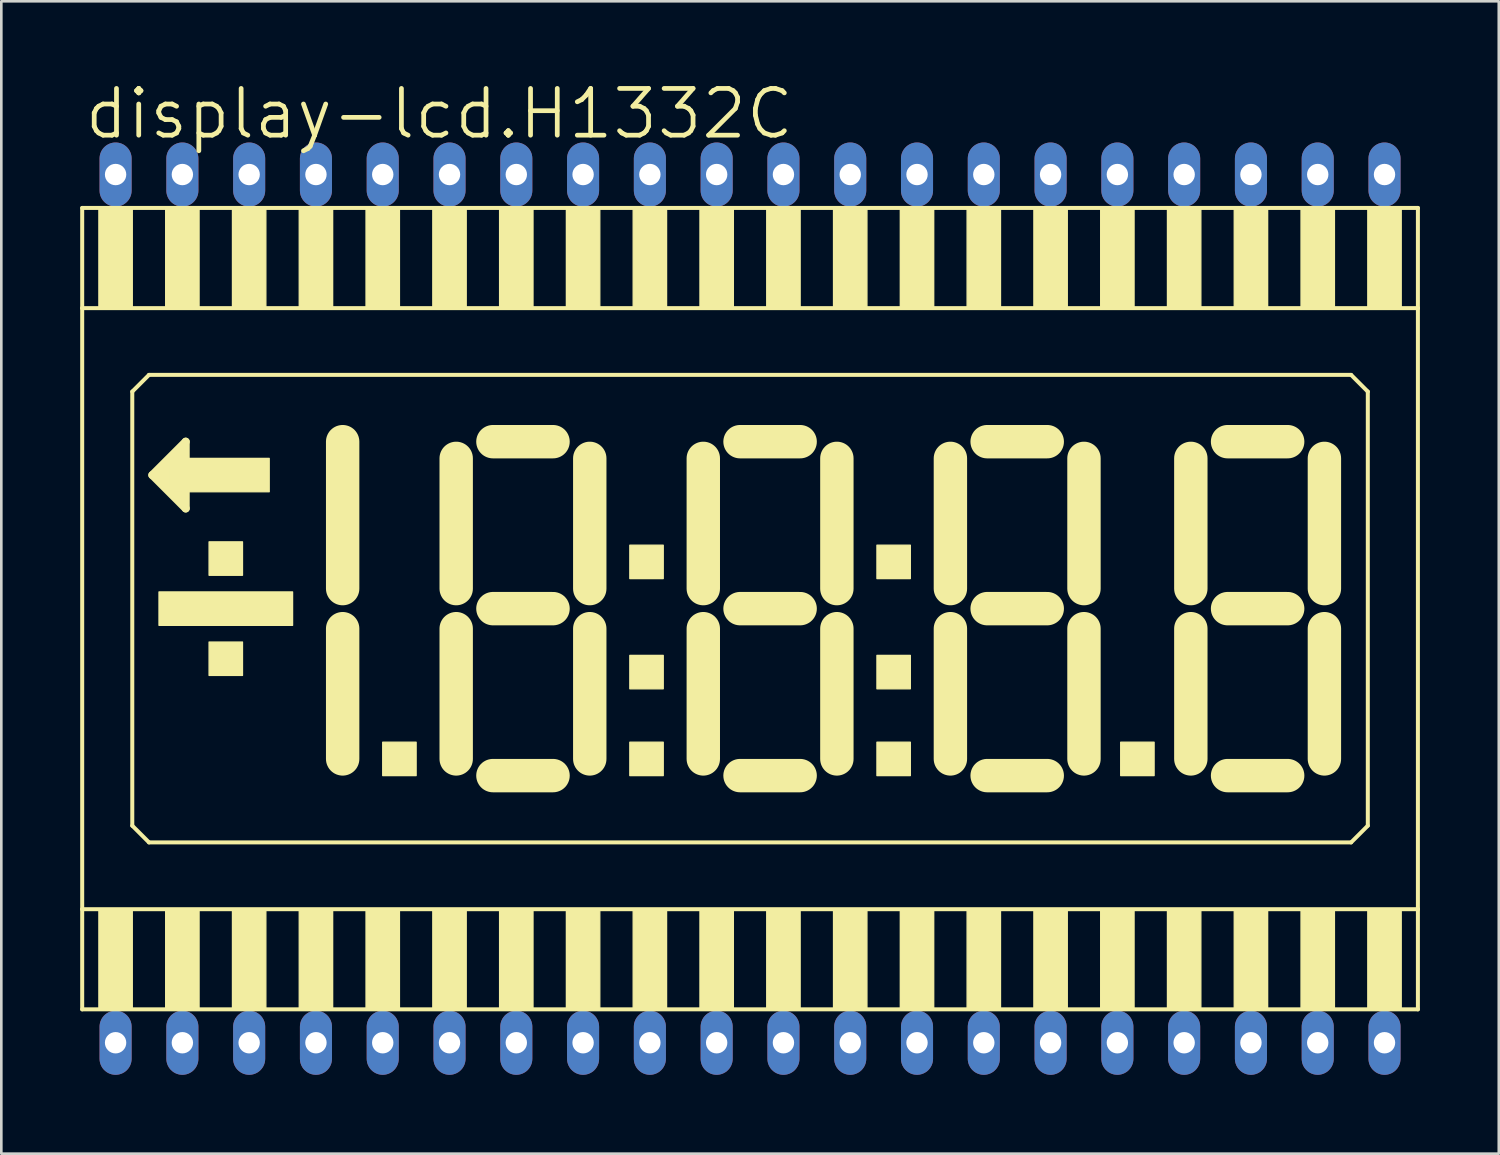
<source format=kicad_pcb>
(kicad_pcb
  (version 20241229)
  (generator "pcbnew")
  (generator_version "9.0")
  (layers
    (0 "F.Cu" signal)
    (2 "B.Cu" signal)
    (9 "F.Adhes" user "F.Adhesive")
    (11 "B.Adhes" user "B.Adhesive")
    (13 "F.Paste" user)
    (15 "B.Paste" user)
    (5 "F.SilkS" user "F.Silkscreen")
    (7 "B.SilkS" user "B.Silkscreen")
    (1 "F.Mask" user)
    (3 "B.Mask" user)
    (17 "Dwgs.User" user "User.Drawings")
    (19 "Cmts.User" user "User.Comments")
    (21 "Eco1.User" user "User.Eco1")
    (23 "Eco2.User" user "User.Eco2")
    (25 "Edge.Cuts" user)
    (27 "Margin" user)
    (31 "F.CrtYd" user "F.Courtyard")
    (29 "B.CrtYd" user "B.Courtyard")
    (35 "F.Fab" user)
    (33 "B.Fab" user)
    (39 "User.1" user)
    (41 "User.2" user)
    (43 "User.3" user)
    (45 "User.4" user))
  (footprint "display-lcd.H1332C"
    (layer "F.Cu")
    (at 25.476 20.098)
    (property "Reference" "display-lcd.H1332C" (at -25.4 -17.78 0) (layer "F.SilkS") (effects (font (size 1.778 1.778) (thickness 0.18)) (justify left bottom)))
    (attr through_hole)
    (fp_line (start -25.4 -15.24) (end -25.4 -11.43) (stroke (width 0.152) (type default)) (layer "F.SilkS"))
    (fp_line (start -25.4 -11.43) (end -25.4 11.43) (stroke (width 0.152) (type default)) (layer "F.SilkS"))
    (fp_line (start -25.4 -11.43) (end 25.4 -11.43) (stroke (width 0.152) (type default)) (layer "F.SilkS"))
    (fp_line (start -25.4 11.43) (end -25.4 15.24) (stroke (width 0.152) (type default)) (layer "F.SilkS"))
    (fp_line (start -25.4 15.24) (end 25.4 15.24) (stroke (width 0.152) (type default)) (layer "F.SilkS"))
    (fp_line (start -23.495 -8.255) (end -23.495 8.255) (stroke (width 0.152) (type default)) (layer "F.SilkS"))
    (fp_line (start -23.495 8.255) (end -22.86 8.89) (stroke (width 0.152) (type default)) (layer "F.SilkS"))
    (fp_line (start -22.86 -8.89) (end -23.495 -8.255) (stroke (width 0.152) (type default)) (layer "F.SilkS"))
    (fp_line (start -22.86 8.89) (end 22.86 8.89) (stroke (width 0.152) (type default)) (layer "F.SilkS"))
    (fp_line (start -22.733 -5.08) (end -21.463 -6.35) (stroke (width 0.305) (type default)) (layer "F.SilkS"))
    (fp_line (start -21.463 -6.35) (end -21.463 -3.81) (stroke (width 0.305) (type default)) (layer "F.SilkS"))
    (fp_line (start -21.463 -3.81) (end -22.733 -5.08) (stroke (width 0.305) (type default)) (layer "F.SilkS"))
    (fp_line (start -15.494 -0.762) (end -15.494 -6.35) (stroke (width 1.27) (type default)) (layer "F.SilkS"))
    (fp_line (start -15.494 5.715) (end -15.494 0.762) (stroke (width 1.27) (type default)) (layer "F.SilkS"))
    (fp_line (start -11.176 -5.715) (end -11.176 -0.762) (stroke (width 1.27) (type default)) (layer "F.SilkS"))
    (fp_line (start -11.176 0.762) (end -11.176 5.715) (stroke (width 1.27) (type default)) (layer "F.SilkS"))
    (fp_line (start -9.779 -6.35) (end -7.493 -6.35) (stroke (width 1.27) (type default)) (layer "F.SilkS"))
    (fp_line (start -9.779 0) (end -7.493 0) (stroke (width 1.27) (type default)) (layer "F.SilkS"))
    (fp_line (start -9.779 6.35) (end -7.493 6.35) (stroke (width 1.27) (type default)) (layer "F.SilkS"))
    (fp_line (start -6.096 -0.762) (end -6.096 -5.715) (stroke (width 1.27) (type default)) (layer "F.SilkS"))
    (fp_line (start -6.096 5.715) (end -6.096 0.762) (stroke (width 1.27) (type default)) (layer "F.SilkS"))
    (fp_line (start -1.778 -5.715) (end -1.778 -0.762) (stroke (width 1.27) (type default)) (layer "F.SilkS"))
    (fp_line (start -1.778 0.762) (end -1.778 5.715) (stroke (width 1.27) (type default)) (layer "F.SilkS"))
    (fp_line (start -0.381 -6.35) (end 1.905 -6.35) (stroke (width 1.27) (type default)) (layer "F.SilkS"))
    (fp_line (start -0.381 0) (end 1.905 0) (stroke (width 1.27) (type default)) (layer "F.SilkS"))
    (fp_line (start -0.381 6.35) (end 1.905 6.35) (stroke (width 1.27) (type default)) (layer "F.SilkS"))
    (fp_line (start 3.302 -0.762) (end 3.302 -5.715) (stroke (width 1.27) (type default)) (layer "F.SilkS"))
    (fp_line (start 3.302 5.715) (end 3.302 0.762) (stroke (width 1.27) (type default)) (layer "F.SilkS"))
    (fp_line (start 7.62 -5.715) (end 7.62 -0.762) (stroke (width 1.27) (type default)) (layer "F.SilkS"))
    (fp_line (start 7.62 0.762) (end 7.62 5.715) (stroke (width 1.27) (type default)) (layer "F.SilkS"))
    (fp_line (start 9.017 -6.35) (end 11.303 -6.35) (stroke (width 1.27) (type default)) (layer "F.SilkS"))
    (fp_line (start 9.017 0) (end 11.303 0) (stroke (width 1.27) (type default)) (layer "F.SilkS"))
    (fp_line (start 9.017 6.35) (end 11.303 6.35) (stroke (width 1.27) (type default)) (layer "F.SilkS"))
    (fp_line (start 12.7 -0.762) (end 12.7 -5.715) (stroke (width 1.27) (type default)) (layer "F.SilkS"))
    (fp_line (start 12.7 5.715) (end 12.7 0.762) (stroke (width 1.27) (type default)) (layer "F.SilkS"))
    (fp_line (start 16.764 -5.715) (end 16.764 -0.762) (stroke (width 1.27) (type default)) (layer "F.SilkS"))
    (fp_line (start 16.764 0.762) (end 16.764 5.715) (stroke (width 1.27) (type default)) (layer "F.SilkS"))
    (fp_line (start 18.161 -6.35) (end 20.447 -6.35) (stroke (width 1.27) (type default)) (layer "F.SilkS"))
    (fp_line (start 18.161 0) (end 20.447 0) (stroke (width 1.27) (type default)) (layer "F.SilkS"))
    (fp_line (start 18.161 6.35) (end 20.447 6.35) (stroke (width 1.27) (type default)) (layer "F.SilkS"))
    (fp_line (start 21.844 -0.762) (end 21.844 -5.715) (stroke (width 1.27) (type default)) (layer "F.SilkS"))
    (fp_line (start 21.844 5.715) (end 21.844 0.762) (stroke (width 1.27) (type default)) (layer "F.SilkS"))
    (fp_line (start 22.86 -8.89) (end -22.86 -8.89) (stroke (width 0.152) (type default)) (layer "F.SilkS"))
    (fp_line (start 22.86 8.89) (end 23.495 8.255) (stroke (width 0.152) (type default)) (layer "F.SilkS"))
    (fp_line (start 23.495 -8.255) (end 22.86 -8.89) (stroke (width 0.152) (type default)) (layer "F.SilkS"))
    (fp_line (start 23.495 8.255) (end 23.495 -8.255) (stroke (width 0.152) (type default)) (layer "F.SilkS"))
    (fp_line (start 25.4 -15.24) (end -25.4 -15.24) (stroke (width 0.152) (type default)) (layer "F.SilkS"))
    (fp_line (start 25.4 -11.43) (end 25.4 -15.24) (stroke (width 0.152) (type default)) (layer "F.SilkS"))
    (fp_line (start 25.4 11.43) (end -25.4 11.43) (stroke (width 0.152) (type default)) (layer "F.SilkS"))
    (fp_line (start 25.4 11.43) (end 25.4 -11.43) (stroke (width 0.152) (type default)) (layer "F.SilkS"))
    (fp_line (start 25.4 15.24) (end 25.4 11.43) (stroke (width 0.152) (type default)) (layer "F.SilkS"))
    (fp_rect (start -24.765 -11.43) (end -23.495 -15.24) (stroke (width 0.05) (type default)) (fill yes) (layer "F.SilkS"))
    (fp_rect (start -24.765 15.24) (end -23.495 11.43) (stroke (width 0.05) (type default)) (fill yes) (layer "F.SilkS"))
    (fp_rect (start -22.606 -4.953) (end -22.098 -5.207) (stroke (width 0.05) (type default)) (fill yes) (layer "F.SilkS"))
    (fp_rect (start -22.479 -5.207) (end -22.098 -5.334) (stroke (width 0.05) (type default)) (fill yes) (layer "F.SilkS"))
    (fp_rect (start -22.479 -4.826) (end -22.098 -4.953) (stroke (width 0.05) (type default)) (fill yes) (layer "F.SilkS"))
    (fp_rect (start -22.479 0.635) (end -17.399 -0.635) (stroke (width 0.05) (type default)) (fill yes) (layer "F.SilkS"))
    (fp_rect (start -22.352 -5.334) (end -22.098 -5.461) (stroke (width 0.05) (type default)) (fill yes) (layer "F.SilkS"))
    (fp_rect (start -22.352 -4.699) (end -22.098 -4.826) (stroke (width 0.05) (type default)) (fill yes) (layer "F.SilkS"))
    (fp_rect (start -22.225 -11.43) (end -20.955 -15.24) (stroke (width 0.05) (type default)) (fill yes) (layer "F.SilkS"))
    (fp_rect (start -22.225 -5.461) (end -22.098 -5.588) (stroke (width 0.05) (type default)) (fill yes) (layer "F.SilkS"))
    (fp_rect (start -22.225 -4.572) (end -22.098 -4.699) (stroke (width 0.05) (type default)) (fill yes) (layer "F.SilkS"))
    (fp_rect (start -22.225 15.24) (end -20.955 11.43) (stroke (width 0.05) (type default)) (fill yes) (layer "F.SilkS"))
    (fp_rect (start -22.098 -4.445) (end -18.288 -5.715) (stroke (width 0.05) (type default)) (fill yes) (layer "F.SilkS"))
    (fp_rect (start -21.971 -5.715) (end -21.463 -5.969) (stroke (width 0.05) (type default)) (fill yes) (layer "F.SilkS"))
    (fp_rect (start -21.971 -4.191) (end -21.463 -4.445) (stroke (width 0.05) (type default)) (fill yes) (layer "F.SilkS"))
    (fp_rect (start -21.717 -5.969) (end -21.463 -6.096) (stroke (width 0.05) (type default)) (fill yes) (layer "F.SilkS"))
    (fp_rect (start -21.717 -4.064) (end -21.463 -4.191) (stroke (width 0.05) (type default)) (fill yes) (layer "F.SilkS"))
    (fp_rect (start -20.574 -1.27) (end -19.304 -2.54) (stroke (width 0.05) (type default)) (fill yes) (layer "F.SilkS"))
    (fp_rect (start -20.574 2.54) (end -19.304 1.27) (stroke (width 0.05) (type default)) (fill yes) (layer "F.SilkS"))
    (fp_rect (start -19.685 -11.43) (end -18.415 -15.24) (stroke (width 0.05) (type default)) (fill yes) (layer "F.SilkS"))
    (fp_rect (start -19.685 15.24) (end -18.415 11.43) (stroke (width 0.05) (type default)) (fill yes) (layer "F.SilkS"))
    (fp_rect (start -17.145 -11.43) (end -15.875 -15.24) (stroke (width 0.05) (type default)) (fill yes) (layer "F.SilkS"))
    (fp_rect (start -17.145 15.24) (end -15.875 11.43) (stroke (width 0.05) (type default)) (fill yes) (layer "F.SilkS"))
    (fp_rect (start -14.605 -11.43) (end -13.335 -15.24) (stroke (width 0.05) (type default)) (fill yes) (layer "F.SilkS"))
    (fp_rect (start -14.605 15.24) (end -13.335 11.43) (stroke (width 0.05) (type default)) (fill yes) (layer "F.SilkS"))
    (fp_rect (start -13.97 6.35) (end -12.7 5.08) (stroke (width 0.05) (type default)) (fill yes) (layer "F.SilkS"))
    (fp_rect (start -12.065 -11.43) (end -10.795 -15.24) (stroke (width 0.05) (type default)) (fill yes) (layer "F.SilkS"))
    (fp_rect (start -12.065 15.24) (end -10.795 11.43) (stroke (width 0.05) (type default)) (fill yes) (layer "F.SilkS"))
    (fp_rect (start -9.525 -11.43) (end -8.255 -15.24) (stroke (width 0.05) (type default)) (fill yes) (layer "F.SilkS"))
    (fp_rect (start -9.525 15.24) (end -8.255 11.43) (stroke (width 0.05) (type default)) (fill yes) (layer "F.SilkS"))
    (fp_rect (start -6.985 -11.43) (end -5.715 -15.24) (stroke (width 0.05) (type default)) (fill yes) (layer "F.SilkS"))
    (fp_rect (start -6.985 15.24) (end -5.715 11.43) (stroke (width 0.05) (type default)) (fill yes) (layer "F.SilkS"))
    (fp_rect (start -4.572 -1.143) (end -3.302 -2.413) (stroke (width 0.05) (type default)) (fill yes) (layer "F.SilkS"))
    (fp_rect (start -4.572 3.048) (end -3.302 1.778) (stroke (width 0.05) (type default)) (fill yes) (layer "F.SilkS"))
    (fp_rect (start -4.572 6.35) (end -3.302 5.08) (stroke (width 0.05) (type default)) (fill yes) (layer "F.SilkS"))
    (fp_rect (start -4.445 -11.43) (end -3.175 -15.24) (stroke (width 0.05) (type default)) (fill yes) (layer "F.SilkS"))
    (fp_rect (start -4.445 15.24) (end -3.175 11.43) (stroke (width 0.05) (type default)) (fill yes) (layer "F.SilkS"))
    (fp_rect (start -1.905 -11.43) (end -0.635 -15.24) (stroke (width 0.05) (type default)) (fill yes) (layer "F.SilkS"))
    (fp_rect (start -1.905 15.24) (end -0.635 11.43) (stroke (width 0.05) (type default)) (fill yes) (layer "F.SilkS"))
    (fp_rect (start 0.635 -11.43) (end 1.905 -15.24) (stroke (width 0.05) (type default)) (fill yes) (layer "F.SilkS"))
    (fp_rect (start 0.635 15.24) (end 1.905 11.43) (stroke (width 0.05) (type default)) (fill yes) (layer "F.SilkS"))
    (fp_rect (start 3.175 -11.43) (end 4.445 -15.24) (stroke (width 0.05) (type default)) (fill yes) (layer "F.SilkS"))
    (fp_rect (start 3.175 15.24) (end 4.445 11.43) (stroke (width 0.05) (type default)) (fill yes) (layer "F.SilkS"))
    (fp_rect (start 4.826 -1.143) (end 6.096 -2.413) (stroke (width 0.05) (type default)) (fill yes) (layer "F.SilkS"))
    (fp_rect (start 4.826 3.048) (end 6.096 1.778) (stroke (width 0.05) (type default)) (fill yes) (layer "F.SilkS"))
    (fp_rect (start 4.826 6.35) (end 6.096 5.08) (stroke (width 0.05) (type default)) (fill yes) (layer "F.SilkS"))
    (fp_rect (start 5.715 -11.43) (end 6.985 -15.24) (stroke (width 0.05) (type default)) (fill yes) (layer "F.SilkS"))
    (fp_rect (start 5.715 15.24) (end 6.985 11.43) (stroke (width 0.05) (type default)) (fill yes) (layer "F.SilkS"))
    (fp_rect (start 8.255 -11.43) (end 9.525 -15.24) (stroke (width 0.05) (type default)) (fill yes) (layer "F.SilkS"))
    (fp_rect (start 8.255 15.24) (end 9.525 11.43) (stroke (width 0.05) (type default)) (fill yes) (layer "F.SilkS"))
    (fp_rect (start 10.795 -11.43) (end 12.065 -15.24) (stroke (width 0.05) (type default)) (fill yes) (layer "F.SilkS"))
    (fp_rect (start 10.795 15.24) (end 12.065 11.43) (stroke (width 0.05) (type default)) (fill yes) (layer "F.SilkS"))
    (fp_rect (start 13.335 -11.43) (end 14.605 -15.24) (stroke (width 0.05) (type default)) (fill yes) (layer "F.SilkS"))
    (fp_rect (start 13.335 15.24) (end 14.605 11.43) (stroke (width 0.05) (type default)) (fill yes) (layer "F.SilkS"))
    (fp_rect (start 14.097 6.35) (end 15.367 5.08) (stroke (width 0.05) (type default)) (fill yes) (layer "F.SilkS"))
    (fp_rect (start 15.875 -11.43) (end 17.145 -15.24) (stroke (width 0.05) (type default)) (fill yes) (layer "F.SilkS"))
    (fp_rect (start 15.875 15.24) (end 17.145 11.43) (stroke (width 0.05) (type default)) (fill yes) (layer "F.SilkS"))
    (fp_rect (start 18.415 -11.43) (end 19.685 -15.24) (stroke (width 0.05) (type default)) (fill yes) (layer "F.SilkS"))
    (fp_rect (start 18.415 15.24) (end 19.685 11.43) (stroke (width 0.05) (type default)) (fill yes) (layer "F.SilkS"))
    (fp_rect (start 20.955 -11.43) (end 22.225 -15.24) (stroke (width 0.05) (type default)) (fill yes) (layer "F.SilkS"))
    (fp_rect (start 20.955 15.24) (end 22.225 11.43) (stroke (width 0.05) (type default)) (fill yes) (layer "F.SilkS"))
    (fp_rect (start 23.495 -11.43) (end 24.765 -15.24) (stroke (width 0.05) (type default)) (fill yes) (layer "F.SilkS"))
    (fp_rect (start 23.495 15.24) (end 24.765 11.43) (stroke (width 0.05) (type default)) (fill yes) (layer "F.SilkS"))
    (pad "1" thru_hole oval (at -24.13 16.51 90) (size 2.438 1.219) (drill 0.813) (layers "*.Cu" "*.Mask"))
    (pad "2" thru_hole oval (at -21.59 16.51 90) (size 2.438 1.219) (drill 0.813) (layers "*.Cu" "*.Mask"))
    (pad "3" thru_hole oval (at -19.05 16.51 90) (size 2.438 1.219) (drill 0.813) (layers "*.Cu" "*.Mask"))
    (pad "4" thru_hole oval (at -16.51 16.51 90) (size 2.438 1.219) (drill 0.813) (layers "*.Cu" "*.Mask"))
    (pad "5" thru_hole oval (at -13.97 16.51 90) (size 2.438 1.219) (drill 0.813) (layers "*.Cu" "*.Mask"))
    (pad "6" thru_hole oval (at -11.43 16.51 90) (size 2.438 1.219) (drill 0.813) (layers "*.Cu" "*.Mask"))
    (pad "7" thru_hole oval (at -8.89 16.51 90) (size 2.438 1.219) (drill 0.813) (layers "*.Cu" "*.Mask"))
    (pad "8" thru_hole oval (at -6.35 16.51 90) (size 2.438 1.219) (drill 0.813) (layers "*.Cu" "*.Mask"))
    (pad "9" thru_hole oval (at -3.81 16.51 90) (size 2.438 1.219) (drill 0.813) (layers "*.Cu" "*.Mask"))
    (pad "10" thru_hole oval (at -1.27 16.51 90) (size 2.438 1.219) (drill 0.813) (layers "*.Cu" "*.Mask"))
    (pad "11" thru_hole oval (at 1.27 16.51 90) (size 2.438 1.219) (drill 0.813) (layers "*.Cu" "*.Mask"))
    (pad "12" thru_hole oval (at 3.81 16.51 90) (size 2.438 1.219) (drill 0.813) (layers "*.Cu" "*.Mask"))
    (pad "13" thru_hole oval (at 6.35 16.51 90) (size 2.438 1.219) (drill 0.813) (layers "*.Cu" "*.Mask"))
    (pad "14" thru_hole oval (at 8.89 16.51 90) (size 2.438 1.219) (drill 0.813) (layers "*.Cu" "*.Mask"))
    (pad "15" thru_hole oval (at 11.43 16.51 90) (size 2.438 1.219) (drill 0.813) (layers "*.Cu" "*.Mask"))
    (pad "16" thru_hole oval (at 13.97 16.51 90) (size 2.438 1.219) (drill 0.813) (layers "*.Cu" "*.Mask"))
    (pad "17" thru_hole oval (at 16.51 16.51 90) (size 2.438 1.219) (drill 0.813) (layers "*.Cu" "*.Mask"))
    (pad "18" thru_hole oval (at 19.05 16.51 90) (size 2.438 1.219) (drill 0.813) (layers "*.Cu" "*.Mask"))
    (pad "19" thru_hole oval (at 21.59 16.51 90) (size 2.438 1.219) (drill 0.813) (layers "*.Cu" "*.Mask"))
    (pad "20" thru_hole oval (at 24.13 16.51 90) (size 2.438 1.219) (drill 0.813) (layers "*.Cu" "*.Mask"))
    (pad "21" thru_hole oval (at 24.13 -16.51 90) (size 2.438 1.219) (drill 0.813) (layers "*.Cu" "*.Mask"))
    (pad "22" thru_hole oval (at 21.59 -16.51 90) (size 2.438 1.219) (drill 0.813) (layers "*.Cu" "*.Mask"))
    (pad "23" thru_hole oval (at 19.05 -16.51 90) (size 2.438 1.219) (drill 0.813) (layers "*.Cu" "*.Mask"))
    (pad "24" thru_hole oval (at 16.51 -16.51 90) (size 2.438 1.219) (drill 0.813) (layers "*.Cu" "*.Mask"))
    (pad "25" thru_hole oval (at 13.97 -16.51 90) (size 2.438 1.219) (drill 0.813) (layers "*.Cu" "*.Mask"))
    (pad "26" thru_hole oval (at 11.43 -16.51 90) (size 2.438 1.219) (drill 0.813) (layers "*.Cu" "*.Mask"))
    (pad "27" thru_hole oval (at 8.89 -16.51 90) (size 2.438 1.219) (drill 0.813) (layers "*.Cu" "*.Mask"))
    (pad "28" thru_hole oval (at 6.35 -16.51 90) (size 2.438 1.219) (drill 0.813) (layers "*.Cu" "*.Mask"))
    (pad "29" thru_hole oval (at 3.81 -16.51 90) (size 2.438 1.219) (drill 0.813) (layers "*.Cu" "*.Mask"))
    (pad "30" thru_hole oval (at 1.27 -16.51 90) (size 2.438 1.219) (drill 0.813) (layers "*.Cu" "*.Mask"))
    (pad "31" thru_hole oval (at -1.27 -16.51 90) (size 2.438 1.219) (drill 0.813) (layers "*.Cu" "*.Mask"))
    (pad "32" thru_hole oval (at -3.81 -16.51 90) (size 2.438 1.219) (drill 0.813) (layers "*.Cu" "*.Mask"))
    (pad "33" thru_hole oval (at -6.35 -16.51 90) (size 2.438 1.219) (drill 0.813) (layers "*.Cu" "*.Mask"))
    (pad "34" thru_hole oval (at -8.89 -16.51 90) (size 2.438 1.219) (drill 0.813) (layers "*.Cu" "*.Mask"))
    (pad "35" thru_hole oval (at -11.43 -16.51 90) (size 2.438 1.219) (drill 0.813) (layers "*.Cu" "*.Mask"))
    (pad "36" thru_hole oval (at -13.97 -16.51 90) (size 2.438 1.219) (drill 0.813) (layers "*.Cu" "*.Mask"))
    (pad "37" thru_hole oval (at -16.51 -16.51 90) (size 2.438 1.219) (drill 0.813) (layers "*.Cu" "*.Mask"))
    (pad "38" thru_hole oval (at -19.05 -16.51 90) (size 2.438 1.219) (drill 0.813) (layers "*.Cu" "*.Mask"))
    (pad "39" thru_hole oval (at -21.59 -16.51 90) (size 2.438 1.219) (drill 0.813) (layers "*.Cu" "*.Mask"))
    (pad "40" thru_hole oval (at -24.13 -16.51 90) (size 2.438 1.219) (drill 0.813) (layers "*.Cu" "*.Mask")))
  (gr_rect
    (start -3 -3)
    (end 53.952 40.827)
    (stroke (width 0.1) (type default))
    (fill no)
    (layer "Edge.Cuts")))
</source>
